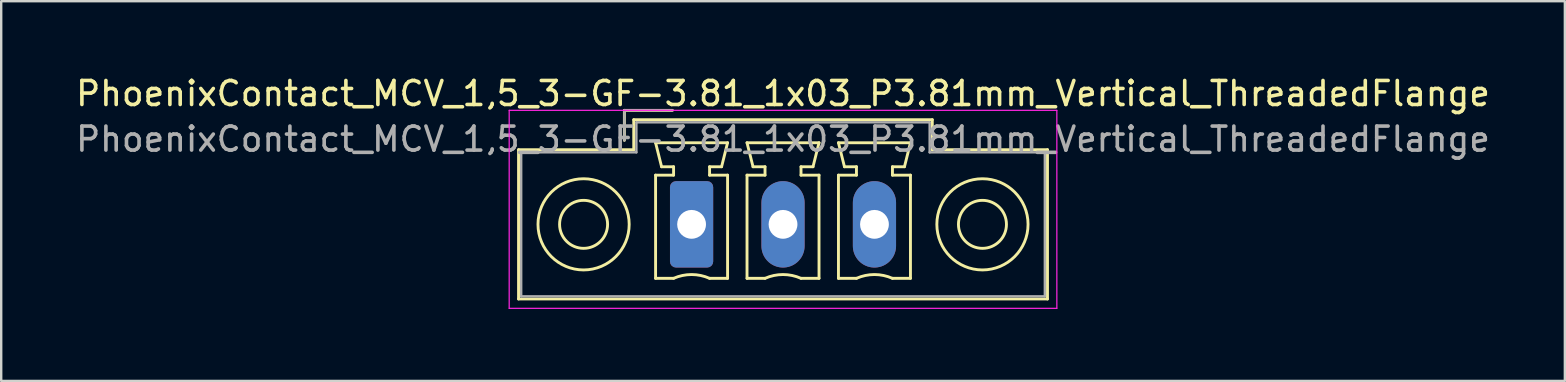
<source format=kicad_pcb>
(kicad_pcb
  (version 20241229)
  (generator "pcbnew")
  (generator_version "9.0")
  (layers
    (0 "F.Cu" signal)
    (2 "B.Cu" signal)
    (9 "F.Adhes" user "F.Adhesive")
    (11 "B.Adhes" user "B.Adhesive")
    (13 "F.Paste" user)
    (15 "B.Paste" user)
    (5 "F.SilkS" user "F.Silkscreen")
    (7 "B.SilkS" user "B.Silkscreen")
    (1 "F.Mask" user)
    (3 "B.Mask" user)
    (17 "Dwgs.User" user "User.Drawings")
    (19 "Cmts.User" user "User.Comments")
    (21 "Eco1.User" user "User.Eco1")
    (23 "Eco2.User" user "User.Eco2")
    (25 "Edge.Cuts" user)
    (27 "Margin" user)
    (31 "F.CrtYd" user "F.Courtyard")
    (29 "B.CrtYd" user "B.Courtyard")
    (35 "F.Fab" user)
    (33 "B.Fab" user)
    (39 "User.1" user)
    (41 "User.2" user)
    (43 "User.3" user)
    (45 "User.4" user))
  (footprint "PhoenixContact_MCV_1,5_3-GF-3.81_1x03_P3.81mm_Vertical_ThreadedFlange"
    (layer "F.Cu")
    (at 25.767 6.298)
    (property "Reference" "PhoenixContact_MCV_1,5_3-GF-3.81_1x03_P3.81mm_Vertical_ThreadedFlange" (at 3.81 -5.45 0) (layer "F.SilkS") (effects (font (size 1 1) (thickness 0.15))))
    (attr through_hole)
    (fp_line (start -7.21 -3.11) (end -7.21 3.11) (stroke (width 0.12) (type solid)) (layer "F.SilkS"))
    (fp_line (start -7.21 3.11) (end 14.83 3.11) (stroke (width 0.12) (type solid)) (layer "F.SilkS"))
    (fp_line (start -2.8 -4.75) (end -0.8 -4.75) (stroke (width 0.12) (type solid)) (layer "F.SilkS"))
    (fp_line (start -2.8 -3.5) (end -2.8 -4.75) (stroke (width 0.12) (type solid)) (layer "F.SilkS"))
    (fp_line (start -2.41 -4.36) (end -2.41 -3.11) (stroke (width 0.12) (type solid)) (layer "F.SilkS"))
    (fp_line (start -2.41 -3.11) (end -7.21 -3.11) (stroke (width 0.12) (type solid)) (layer "F.SilkS"))
    (fp_line (start -1.5 -3.4) (end 1.5 -3.4) (stroke (width 0.12) (type solid)) (layer "F.SilkS"))
    (fp_line (start -1.5 -2.05) (end -0.75 -2.05) (stroke (width 0.12) (type solid)) (layer "F.SilkS"))
    (fp_line (start -1.5 2.25) (end -1.5 -2.05) (stroke (width 0.12) (type solid)) (layer "F.SilkS"))
    (fp_line (start -1.25 -2.4) (end -1.5 -3.4) (stroke (width 0.12) (type solid)) (layer "F.SilkS"))
    (fp_line (start -0.75 -2.4) (end -1.25 -2.4) (stroke (width 0.12) (type solid)) (layer "F.SilkS"))
    (fp_line (start -0.75 -2.05) (end -0.75 -2.4) (stroke (width 0.12) (type solid)) (layer "F.SilkS"))
    (fp_line (start -0.75 2.25) (end -1.5 2.25) (stroke (width 0.12) (type solid)) (layer "F.SilkS"))
    (fp_line (start 0.75 -2.4) (end 0.75 -2.05) (stroke (width 0.12) (type solid)) (layer "F.SilkS"))
    (fp_line (start 0.75 -2.05) (end 1.5 -2.05) (stroke (width 0.12) (type solid)) (layer "F.SilkS"))
    (fp_line (start 1.25 -2.4) (end 0.75 -2.4) (stroke (width 0.12) (type solid)) (layer "F.SilkS"))
    (fp_line (start 1.5 -3.4) (end 1.25 -2.4) (stroke (width 0.12) (type solid)) (layer "F.SilkS"))
    (fp_line (start 1.5 -2.05) (end 1.5 2.25) (stroke (width 0.12) (type solid)) (layer "F.SilkS"))
    (fp_line (start 1.5 2.25) (end 0.75 2.25) (stroke (width 0.12) (type solid)) (layer "F.SilkS"))
    (fp_line (start 2.31 -3.4) (end 5.31 -3.4) (stroke (width 0.12) (type solid)) (layer "F.SilkS"))
    (fp_line (start 2.31 -2.05) (end 3.06 -2.05) (stroke (width 0.12) (type solid)) (layer "F.SilkS"))
    (fp_line (start 2.31 2.25) (end 2.31 -2.05) (stroke (width 0.12) (type solid)) (layer "F.SilkS"))
    (fp_line (start 2.56 -2.4) (end 2.31 -3.4) (stroke (width 0.12) (type solid)) (layer "F.SilkS"))
    (fp_line (start 3.06 -2.4) (end 2.56 -2.4) (stroke (width 0.12) (type solid)) (layer "F.SilkS"))
    (fp_line (start 3.06 -2.05) (end 3.06 -2.4) (stroke (width 0.12) (type solid)) (layer "F.SilkS"))
    (fp_line (start 3.06 2.25) (end 2.31 2.25) (stroke (width 0.12) (type solid)) (layer "F.SilkS"))
    (fp_line (start 4.56 -2.4) (end 4.56 -2.05) (stroke (width 0.12) (type solid)) (layer "F.SilkS"))
    (fp_line (start 4.56 -2.05) (end 5.31 -2.05) (stroke (width 0.12) (type solid)) (layer "F.SilkS"))
    (fp_line (start 5.06 -2.4) (end 4.56 -2.4) (stroke (width 0.12) (type solid)) (layer "F.SilkS"))
    (fp_line (start 5.31 -3.4) (end 5.06 -2.4) (stroke (width 0.12) (type solid)) (layer "F.SilkS"))
    (fp_line (start 5.31 -2.05) (end 5.31 2.25) (stroke (width 0.12) (type solid)) (layer "F.SilkS"))
    (fp_line (start 5.31 2.25) (end 4.56 2.25) (stroke (width 0.12) (type solid)) (layer "F.SilkS"))
    (fp_line (start 6.12 -3.4) (end 9.12 -3.4) (stroke (width 0.12) (type solid)) (layer "F.SilkS"))
    (fp_line (start 6.12 -2.05) (end 6.87 -2.05) (stroke (width 0.12) (type solid)) (layer "F.SilkS"))
    (fp_line (start 6.12 2.25) (end 6.12 -2.05) (stroke (width 0.12) (type solid)) (layer "F.SilkS"))
    (fp_line (start 6.37 -2.4) (end 6.12 -3.4) (stroke (width 0.12) (type solid)) (layer "F.SilkS"))
    (fp_line (start 6.87 -2.4) (end 6.37 -2.4) (stroke (width 0.12) (type solid)) (layer "F.SilkS"))
    (fp_line (start 6.87 -2.05) (end 6.87 -2.4) (stroke (width 0.12) (type solid)) (layer "F.SilkS"))
    (fp_line (start 6.87 2.25) (end 6.12 2.25) (stroke (width 0.12) (type solid)) (layer "F.SilkS"))
    (fp_line (start 8.37 -2.4) (end 8.37 -2.05) (stroke (width 0.12) (type solid)) (layer "F.SilkS"))
    (fp_line (start 8.37 -2.05) (end 9.12 -2.05) (stroke (width 0.12) (type solid)) (layer "F.SilkS"))
    (fp_line (start 8.87 -2.4) (end 8.37 -2.4) (stroke (width 0.12) (type solid)) (layer "F.SilkS"))
    (fp_line (start 9.12 -3.4) (end 8.87 -2.4) (stroke (width 0.12) (type solid)) (layer "F.SilkS"))
    (fp_line (start 9.12 -2.05) (end 9.12 2.25) (stroke (width 0.12) (type solid)) (layer "F.SilkS"))
    (fp_line (start 9.12 2.25) (end 8.37 2.25) (stroke (width 0.12) (type solid)) (layer "F.SilkS"))
    (fp_line (start 10.03 -4.36) (end -2.41 -4.36) (stroke (width 0.12) (type solid)) (layer "F.SilkS"))
    (fp_line (start 10.03 -3.11) (end 10.03 -4.36) (stroke (width 0.12) (type solid)) (layer "F.SilkS"))
    (fp_line (start 14.83 -3.11) (end 10.03 -3.11) (stroke (width 0.12) (type solid)) (layer "F.SilkS"))
    (fp_line (start 14.83 3.11) (end 14.83 -3.11) (stroke (width 0.12) (type solid)) (layer "F.SilkS"))
    (fp_arc (start -0.75 2.25) (mid -0.000193 2.09191) (end 0.749647 2.249844) (stroke (width 0.12) (type solid)) (layer "F.SilkS"))
    (fp_arc (start 3.06 2.25) (mid 3.809807 2.09191) (end 4.559647 2.249844) (stroke (width 0.12) (type solid)) (layer "F.SilkS"))
    (fp_arc (start 6.87 2.25) (mid 7.619807 2.09191) (end 8.369647 2.249844) (stroke (width 0.12) (type solid)) (layer "F.SilkS"))
    (fp_circle (center -4.5 0) (end -3.5 0) (stroke (width 0.12) (type solid)) (fill no) (layer "F.SilkS"))
    (fp_circle (center -4.5 0) (end -2.6 0) (stroke (width 0.12) (type solid)) (fill no) (layer "F.SilkS"))
    (fp_circle (center 12.12 0) (end 13.12 0) (stroke (width 0.12) (type solid)) (fill no) (layer "F.SilkS"))
    (fp_circle (center 12.12 0) (end 14.02 0) (stroke (width 0.12) (type solid)) (fill no) (layer "F.SilkS"))
    (fp_line (start -7.6 -4.75) (end -7.6 3.5) (stroke (width 0.05) (type solid)) (layer "F.CrtYd"))
    (fp_line (start -7.6 3.5) (end 15.22 3.5) (stroke (width 0.05) (type solid)) (layer "F.CrtYd"))
    (fp_line (start 15.22 -4.75) (end -7.6 -4.75) (stroke (width 0.05) (type solid)) (layer "F.CrtYd"))
    (fp_line (start 15.22 3.5) (end 15.22 -4.75) (stroke (width 0.05) (type solid)) (layer "F.CrtYd"))
    (fp_line (start -7.1 -3) (end -7.1 3) (stroke (width 0.1) (type solid)) (layer "F.Fab"))
    (fp_line (start -7.1 3) (end 14.72 3) (stroke (width 0.1) (type solid)) (layer "F.Fab"))
    (fp_line (start -2.8 -4.75) (end -0.8 -4.75) (stroke (width 0.1) (type solid)) (layer "F.Fab"))
    (fp_line (start -2.8 -3.5) (end -2.8 -4.75) (stroke (width 0.1) (type solid)) (layer "F.Fab"))
    (fp_line (start -2.3 -4.25) (end -2.3 -3) (stroke (width 0.1) (type solid)) (layer "F.Fab"))
    (fp_line (start -2.3 -3) (end -7.1 -3) (stroke (width 0.1) (type solid)) (layer "F.Fab"))
    (fp_line (start 9.92 -4.25) (end -2.3 -4.25) (stroke (width 0.1) (type solid)) (layer "F.Fab"))
    (fp_line (start 9.92 -3) (end 9.92 -4.25) (stroke (width 0.1) (type solid)) (layer "F.Fab"))
    (fp_line (start 14.72 -3) (end 9.92 -3) (stroke (width 0.1) (type solid)) (layer "F.Fab"))
    (fp_line (start 14.72 3) (end 14.72 -3) (stroke (width 0.1) (type solid)) (layer "F.Fab"))
    (fp_text user "${REFERENCE}" (at 3.81 -3.55 0) (layer "F.Fab") (effects (font (size 1 1) (thickness 0.15))))
    (pad "1" thru_hole roundrect (at 0 0) (size 1.8 3.6) (drill 1.2) (layers "*.Cu" "*.Mask") (roundrect_rratio 0.139))
    (pad "2" thru_hole oval (at 3.81 0) (size 1.8 3.6) (drill 1.2) (layers "*.Cu" "*.Mask"))
    (pad "3" thru_hole oval (at 7.62 0) (size 1.8 3.6) (drill 1.2) (layers "*.Cu" "*.Mask")))
  (gr_rect
    (start -3 -3)
    (end 62.155 12.823)
    (stroke (width 0.1) (type default))
    (fill no)
    (layer "Edge.Cuts")))
</source>
